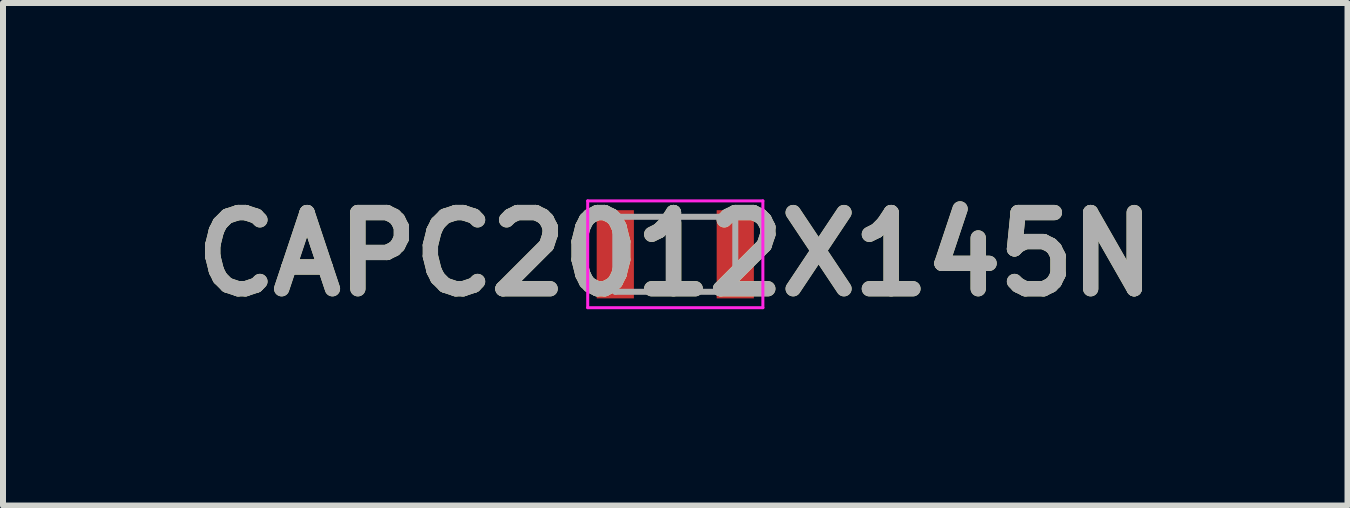
<source format=kicad_pcb>
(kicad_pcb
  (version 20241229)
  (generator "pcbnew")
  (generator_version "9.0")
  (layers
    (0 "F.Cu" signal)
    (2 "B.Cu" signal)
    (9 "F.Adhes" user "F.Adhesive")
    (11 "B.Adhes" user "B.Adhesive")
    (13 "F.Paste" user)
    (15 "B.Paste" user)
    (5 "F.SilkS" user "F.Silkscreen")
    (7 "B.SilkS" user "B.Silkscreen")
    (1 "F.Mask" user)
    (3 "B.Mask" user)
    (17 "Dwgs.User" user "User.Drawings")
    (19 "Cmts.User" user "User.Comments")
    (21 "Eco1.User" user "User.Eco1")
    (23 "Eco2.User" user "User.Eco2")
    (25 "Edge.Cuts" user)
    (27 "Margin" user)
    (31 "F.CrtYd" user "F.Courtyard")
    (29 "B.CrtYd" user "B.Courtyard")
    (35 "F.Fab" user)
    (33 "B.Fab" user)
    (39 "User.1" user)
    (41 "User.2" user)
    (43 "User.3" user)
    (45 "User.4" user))
  (footprint "CAPC2012X145N"
    (layer "F.Cu")
    (at 8.207 1.189)
    (property "Reference" "CAPC2012X145N" (at 0 0 0) (layer "F.SilkS") (effects (font (size 1.27 1.27) (thickness 0.254))))
    (attr smd)
    (fp_line (start 0 -0.525) (end 0 0.525) (stroke (width 0.2) (type solid)) (layer "F.SilkS"))
    (fp_line (start -1.46 -0.89) (end 1.46 -0.89) (stroke (width 0.05) (type solid)) (layer "F.CrtYd"))
    (fp_line (start -1.46 0.89) (end -1.46 -0.89) (stroke (width 0.05) (type solid)) (layer "F.CrtYd"))
    (fp_line (start 1.46 -0.89) (end 1.46 0.89) (stroke (width 0.05) (type solid)) (layer "F.CrtYd"))
    (fp_line (start 1.46 0.89) (end -1.46 0.89) (stroke (width 0.05) (type solid)) (layer "F.CrtYd"))
    (fp_line (start -1 -0.625) (end 1 -0.625) (stroke (width 0.1) (type solid)) (layer "F.Fab"))
    (fp_line (start -1 0.625) (end -1 -0.625) (stroke (width 0.1) (type solid)) (layer "F.Fab"))
    (fp_line (start 1 -0.625) (end 1 0.625) (stroke (width 0.1) (type solid)) (layer "F.Fab"))
    (fp_line (start 1 0.625) (end -1 0.625) (stroke (width 0.1) (type solid)) (layer "F.Fab"))
    (fp_text user "${REFERENCE}" (at 0 0 0) (layer "F.Fab") (effects (font (size 1.27 1.27) (thickness 0.254))))
    (pad "1" smd rect (at -1 0) (size 0.62 1.47) (layers "F.Cu" "F.Mask" "F.Paste"))
    (pad "2" smd rect (at 1 0) (size 0.62 1.47) (layers "F.Cu" "F.Mask" "F.Paste")))
  (gr_rect
    (start -3 -3)
    (end 19.413 5.377)
    (stroke (width 0.1) (type default))
    (fill no)
    (layer "Edge.Cuts")))
</source>
